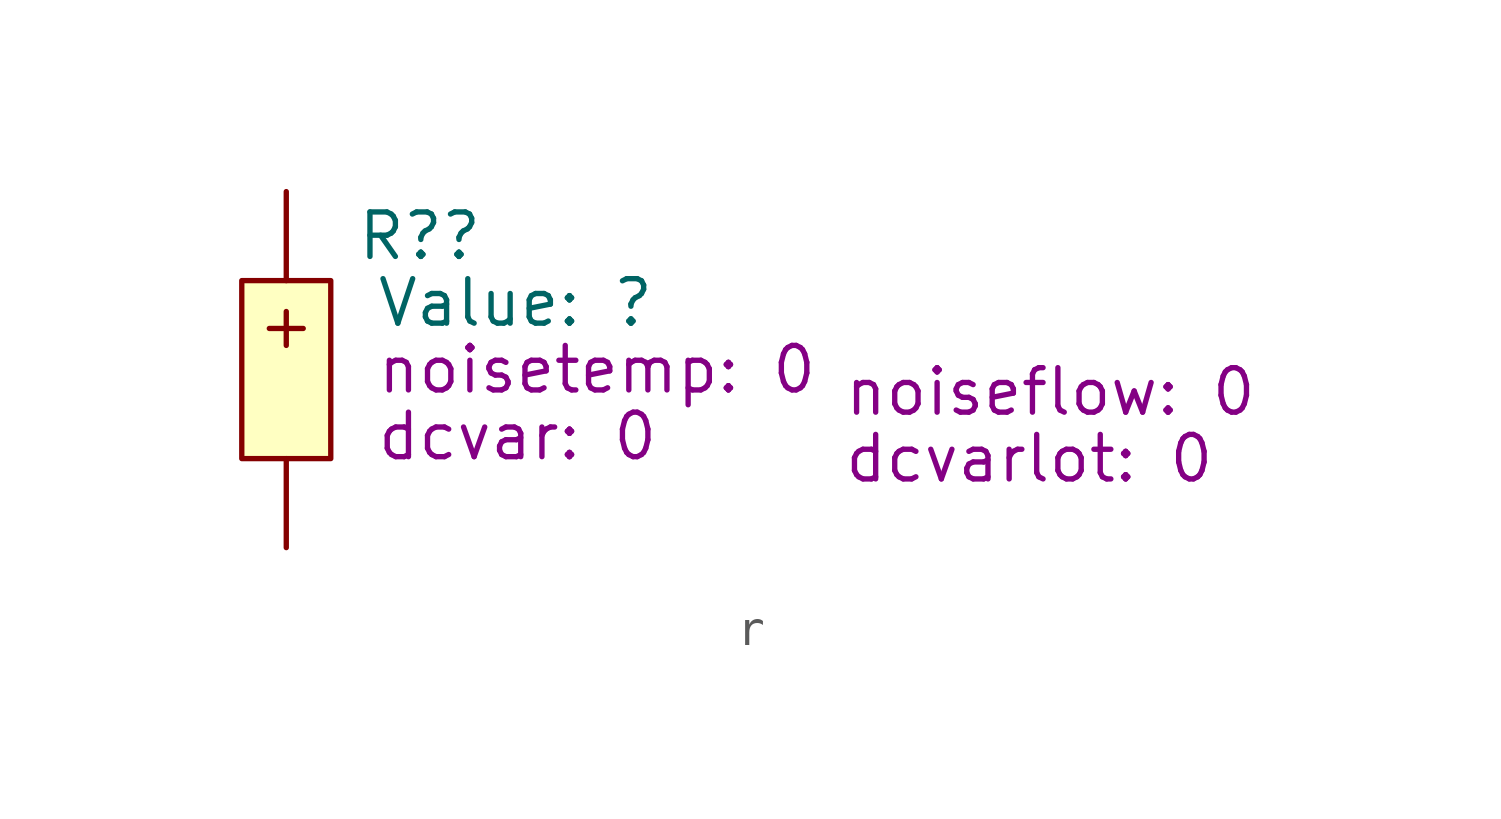
<source format=kicad_sym>
(kicad_symbol_lib
  (version 20231120)
  (generator "kicad_symbol_editor")
  (generator_version "8.0")
  (symbol "r"
    (pin_numbers hide)
    (pin_names
      (offset 1.016) hide)
    (property "Reference" "R?"
      (at 3.81 3.81 0)
      (effects (font (size 1.27 1.27))))
    (property "Value" "?"
      (at 2.54 1.905 0)
      (show_name)
      (effects (font (size 1.27 1.27)) (justify left)))
    (property "noisetemp" "0"
      (at 2.54 0 0)
      (show_name)
      (effects (font (size 1.27 1.27)) (justify left)))
    (property "noiseflow" "0"
      (at 15.875 -0.635 0)
      (show_name)
      (effects (font (size 1.27 1.27)) (justify left)))
    (property "dcvar" "0"
      (at 2.54 -1.905 0)
      (show_name)
      (effects (font (size 1.27 1.27)) (justify left)))
    (property "dcvarlot" "0"
      (at 15.875 -2.54 0)
      (show_name)
      (effects (font (size 1.27 1.27)) (justify left)))
    (symbol "r_0_0"
      (text "+" (at 0 1.27 0) (effects (font (size 1.27 1.27)))))
    (symbol "r_1_0"
      (pin passive line (at 0 5.08 270) (length 2.54) (name "1" (effects (font (size 1.27 1.27)))) (number "1" (effects (font (size 1.27 1.27)))))
      (pin passive line (at 0 -5.08 90) (length 2.54) (name "2" (effects (font (size 1.27 1.27)))) (number "2" (effects (font (size 1.27 1.27))))))
    (symbol "r_1_1"
      (rectangle (start -1.27 2.54) (end 1.27 -2.54) (stroke (width 0) (type solid)) (fill (type background))))))
</source>
